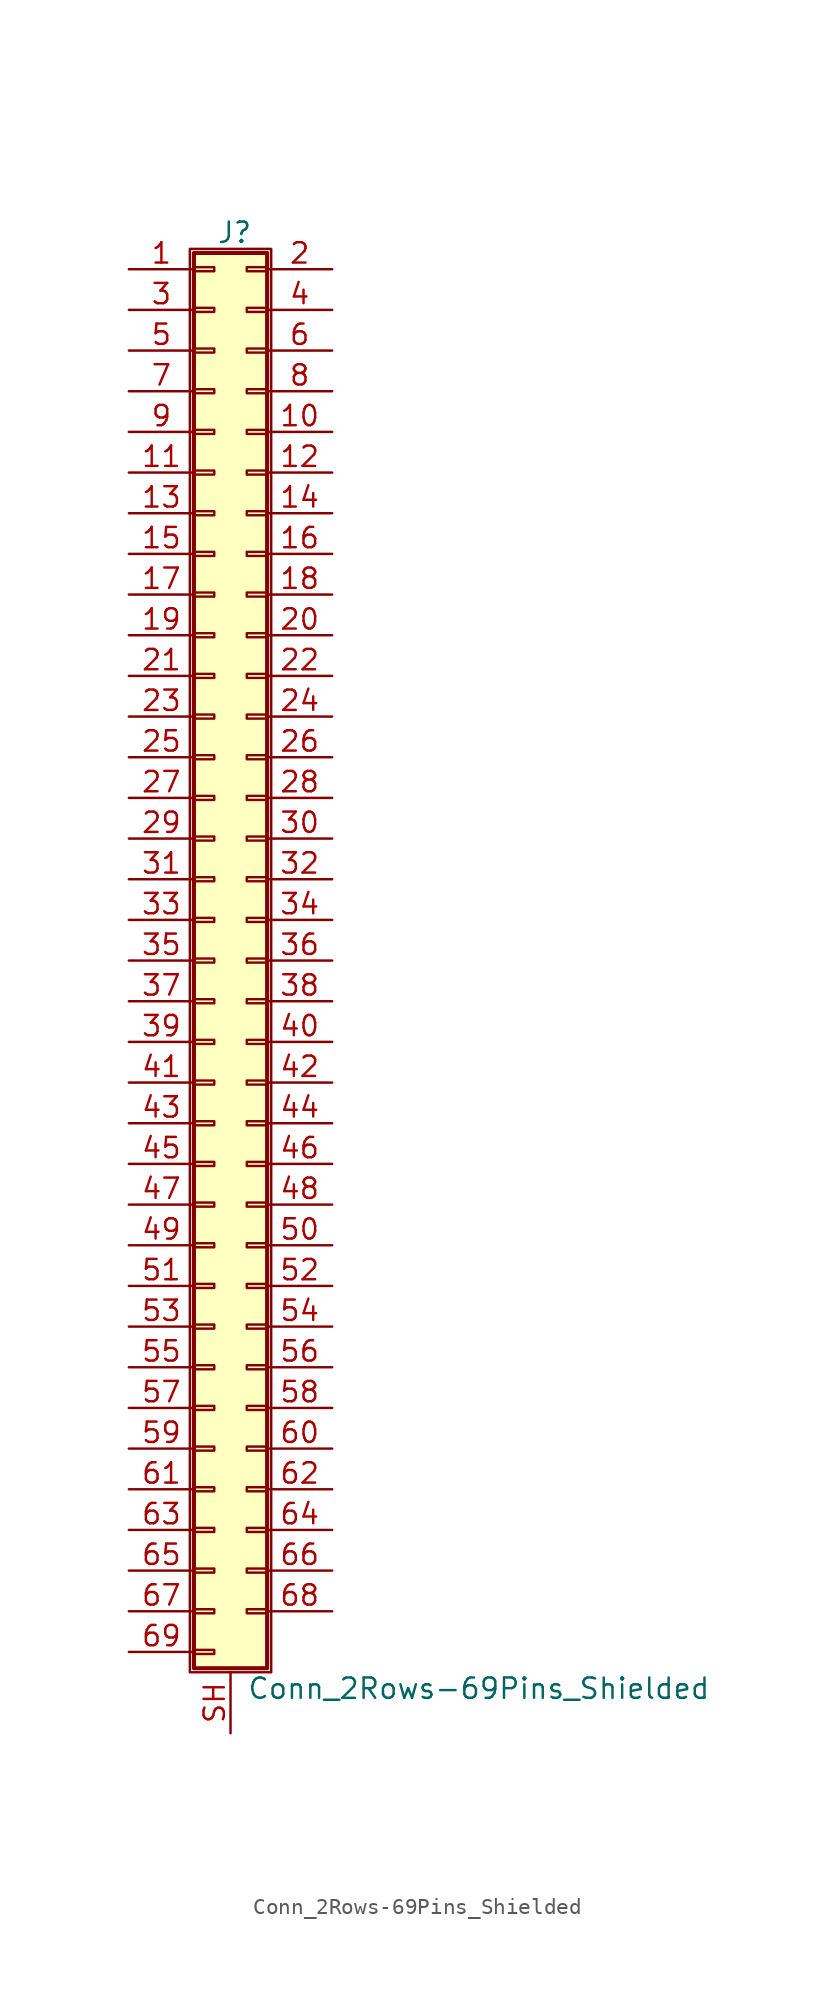
<source format=kicad_sym>
(kicad_symbol_lib
  (version 20201005)
  (generator kicad_symbol_editor)
  (symbol "Conn_2Rows-69Pins_Shielded"
    (pin_names
      (offset 1.016) hide)
    (property "Reference" "J"
      (at 1.524 45.466 0)
      (effects (font (size 1.27 1.27))))
    (property "Value" "Conn_2Rows-69Pins_Shielded"
      (at 2.286 -45.466 0)
      (effects (font (size 1.27 1.27)) (justify left)))
    (symbol "Conn_2Rows-69Pins_Shielded_1_1"
      (rectangle (start -1.27 44.45) (end 3.81 -44.45) (stroke (width 0.152)) (fill (type none)))
      (rectangle (start -1.016 -43.053) (end 0.254 -43.307) (stroke (width 0.152)) (fill (type none)))
      (rectangle (start -1.016 -40.513) (end 0.254 -40.767) (stroke (width 0.152)) (fill (type none)))
      (rectangle (start -1.016 -37.973) (end 0.254 -38.227) (stroke (width 0.152)) (fill (type none)))
      (rectangle (start -1.016 -35.433) (end 0.254 -35.687) (stroke (width 0.152)) (fill (type none)))
      (rectangle (start -1.016 -32.893) (end 0.254 -33.147) (stroke (width 0.152)) (fill (type none)))
      (rectangle (start -1.016 -30.353) (end 0.254 -30.607) (stroke (width 0.152)) (fill (type none)))
      (rectangle (start -1.016 -27.813) (end 0.254 -28.067) (stroke (width 0.152)) (fill (type none)))
      (rectangle (start -1.016 -25.273) (end 0.254 -25.527) (stroke (width 0.152)) (fill (type none)))
      (rectangle (start -1.016 -22.733) (end 0.254 -22.987) (stroke (width 0.152)) (fill (type none)))
      (rectangle (start -1.016 -20.193) (end 0.254 -20.447) (stroke (width 0.152)) (fill (type none)))
      (rectangle (start -1.016 -17.653) (end 0.254 -17.907) (stroke (width 0.152)) (fill (type none)))
      (rectangle (start -1.016 -15.113) (end 0.254 -15.367) (stroke (width 0.152)) (fill (type none)))
      (rectangle (start -1.016 -12.573) (end 0.254 -12.827) (stroke (width 0.152)) (fill (type none)))
      (rectangle (start -1.016 -10.033) (end 0.254 -10.287) (stroke (width 0.152)) (fill (type none)))
      (rectangle (start -1.016 -7.493) (end 0.254 -7.747) (stroke (width 0.152)) (fill (type none)))
      (rectangle (start -1.016 -4.953) (end 0.254 -5.207) (stroke (width 0.152)) (fill (type none)))
      (rectangle (start -1.016 -2.413) (end 0.254 -2.667) (stroke (width 0.152)) (fill (type none)))
      (rectangle (start -1.016 0.127) (end 0.254 -0.127) (stroke (width 0.152)) (fill (type none)))
      (rectangle (start -1.016 2.667) (end 0.254 2.413) (stroke (width 0.152)) (fill (type none)))
      (rectangle (start -1.016 5.207) (end 0.254 4.953) (stroke (width 0.152)) (fill (type none)))
      (rectangle (start -1.016 7.747) (end 0.254 7.493) (stroke (width 0.152)) (fill (type none)))
      (rectangle (start -1.016 10.287) (end 0.254 10.033) (stroke (width 0.152)) (fill (type none)))
      (rectangle (start -1.016 12.827) (end 0.254 12.573) (stroke (width 0.152)) (fill (type none)))
      (rectangle (start -1.016 15.367) (end 0.254 15.113) (stroke (width 0.152)) (fill (type none)))
      (rectangle (start -1.016 17.907) (end 0.254 17.653) (stroke (width 0.152)) (fill (type none)))
      (rectangle (start -1.016 20.447) (end 0.254 20.193) (stroke (width 0.152)) (fill (type none)))
      (rectangle (start -1.016 22.987) (end 0.254 22.733) (stroke (width 0.152)) (fill (type none)))
      (rectangle (start -1.016 25.527) (end 0.254 25.273) (stroke (width 0.152)) (fill (type none)))
      (rectangle (start -1.016 28.067) (end 0.254 27.813) (stroke (width 0.152)) (fill (type none)))
      (rectangle (start -1.016 30.607) (end 0.254 30.353) (stroke (width 0.152)) (fill (type none)))
      (rectangle (start -1.016 33.147) (end 0.254 32.893) (stroke (width 0.152)) (fill (type none)))
      (rectangle (start -1.016 35.687) (end 0.254 35.433) (stroke (width 0.152)) (fill (type none)))
      (rectangle (start -1.016 38.227) (end 0.254 37.973) (stroke (width 0.152)) (fill (type none)))
      (rectangle (start -1.016 40.767) (end 0.254 40.513) (stroke (width 0.152)) (fill (type none)))
      (rectangle (start -1.016 43.307) (end 0.254 43.053) (stroke (width 0.152)) (fill (type none)))
      (rectangle (start -1.016 44.196) (end 3.556 -44.196) (stroke (width 0.254)) (fill (type background)))
      (rectangle (start 3.556 -40.513) (end 2.286 -40.767) (stroke (width 0.152)) (fill (type none)))
      (rectangle (start 3.556 -37.973) (end 2.286 -38.227) (stroke (width 0.152)) (fill (type none)))
      (rectangle (start 3.556 -35.433) (end 2.286 -35.687) (stroke (width 0.152)) (fill (type none)))
      (rectangle (start 3.556 -32.893) (end 2.286 -33.147) (stroke (width 0.152)) (fill (type none)))
      (rectangle (start 3.556 -30.353) (end 2.286 -30.607) (stroke (width 0.152)) (fill (type none)))
      (rectangle (start 3.556 -27.813) (end 2.286 -28.067) (stroke (width 0.152)) (fill (type none)))
      (rectangle (start 3.556 -25.273) (end 2.286 -25.527) (stroke (width 0.152)) (fill (type none)))
      (rectangle (start 3.556 -22.733) (end 2.286 -22.987) (stroke (width 0.152)) (fill (type none)))
      (rectangle (start 3.556 -20.193) (end 2.286 -20.447) (stroke (width 0.152)) (fill (type none)))
      (rectangle (start 3.556 -17.653) (end 2.286 -17.907) (stroke (width 0.152)) (fill (type none)))
      (rectangle (start 3.556 -15.113) (end 2.286 -15.367) (stroke (width 0.152)) (fill (type none)))
      (rectangle (start 3.556 -12.573) (end 2.286 -12.827) (stroke (width 0.152)) (fill (type none)))
      (rectangle (start 3.556 -10.033) (end 2.286 -10.287) (stroke (width 0.152)) (fill (type none)))
      (rectangle (start 3.556 -7.493) (end 2.286 -7.747) (stroke (width 0.152)) (fill (type none)))
      (rectangle (start 3.556 -4.953) (end 2.286 -5.207) (stroke (width 0.152)) (fill (type none)))
      (rectangle (start 3.556 -2.413) (end 2.286 -2.667) (stroke (width 0.152)) (fill (type none)))
      (rectangle (start 3.556 0.127) (end 2.286 -0.127) (stroke (width 0.152)) (fill (type none)))
      (rectangle (start 3.556 2.667) (end 2.286 2.413) (stroke (width 0.152)) (fill (type none)))
      (rectangle (start 3.556 5.207) (end 2.286 4.953) (stroke (width 0.152)) (fill (type none)))
      (rectangle (start 3.556 7.747) (end 2.286 7.493) (stroke (width 0.152)) (fill (type none)))
      (rectangle (start 3.556 10.287) (end 2.286 10.033) (stroke (width 0.152)) (fill (type none)))
      (rectangle (start 3.556 12.827) (end 2.286 12.573) (stroke (width 0.152)) (fill (type none)))
      (rectangle (start 3.556 15.367) (end 2.286 15.113) (stroke (width 0.152)) (fill (type none)))
      (rectangle (start 3.556 17.907) (end 2.286 17.653) (stroke (width 0.152)) (fill (type none)))
      (rectangle (start 3.556 20.447) (end 2.286 20.193) (stroke (width 0.152)) (fill (type none)))
      (rectangle (start 3.556 22.987) (end 2.286 22.733) (stroke (width 0.152)) (fill (type none)))
      (rectangle (start 3.556 25.527) (end 2.286 25.273) (stroke (width 0.152)) (fill (type none)))
      (rectangle (start 3.556 28.067) (end 2.286 27.813) (stroke (width 0.152)) (fill (type none)))
      (rectangle (start 3.556 30.607) (end 2.286 30.353) (stroke (width 0.152)) (fill (type none)))
      (rectangle (start 3.556 33.147) (end 2.286 32.893) (stroke (width 0.152)) (fill (type none)))
      (rectangle (start 3.556 35.687) (end 2.286 35.433) (stroke (width 0.152)) (fill (type none)))
      (rectangle (start 3.556 38.227) (end 2.286 37.973) (stroke (width 0.152)) (fill (type none)))
      (rectangle (start 3.556 40.767) (end 2.286 40.513) (stroke (width 0.152)) (fill (type none)))
      (rectangle (start 3.556 43.307) (end 2.286 43.053) (stroke (width 0.152)) (fill (type none)))
      (pin passive line (at -5.08 43.18 0) (length 4.064) (name "Pin_1" (effects (font (size 1.27 1.27)))) (number "1" (effects (font (size 1.27 1.27)))))
      (pin passive line (at 7.62 33.02 180) (length 4.064) (name "Pin_10" (effects (font (size 1.27 1.27)))) (number "10" (effects (font (size 1.27 1.27)))))
      (pin passive line (at -5.08 30.48 0) (length 4.064) (name "Pin_11" (effects (font (size 1.27 1.27)))) (number "11" (effects (font (size 1.27 1.27)))))
      (pin passive line (at 7.62 30.48 180) (length 4.064) (name "Pin_12" (effects (font (size 1.27 1.27)))) (number "12" (effects (font (size 1.27 1.27)))))
      (pin passive line (at -5.08 27.94 0) (length 4.064) (name "Pin_13" (effects (font (size 1.27 1.27)))) (number "13" (effects (font (size 1.27 1.27)))))
      (pin passive line (at 7.62 27.94 180) (length 4.064) (name "Pin_14" (effects (font (size 1.27 1.27)))) (number "14" (effects (font (size 1.27 1.27)))))
      (pin passive line (at -5.08 25.4 0) (length 4.064) (name "Pin_15" (effects (font (size 1.27 1.27)))) (number "15" (effects (font (size 1.27 1.27)))))
      (pin passive line (at 7.62 25.4 180) (length 4.064) (name "Pin_16" (effects (font (size 1.27 1.27)))) (number "16" (effects (font (size 1.27 1.27)))))
      (pin passive line (at -5.08 22.86 0) (length 4.064) (name "Pin_17" (effects (font (size 1.27 1.27)))) (number "17" (effects (font (size 1.27 1.27)))))
      (pin passive line (at 7.62 22.86 180) (length 4.064) (name "Pin_18" (effects (font (size 1.27 1.27)))) (number "18" (effects (font (size 1.27 1.27)))))
      (pin passive line (at -5.08 20.32 0) (length 4.064) (name "Pin_19" (effects (font (size 1.27 1.27)))) (number "19" (effects (font (size 1.27 1.27)))))
      (pin passive line (at 7.62 43.18 180) (length 4.064) (name "Pin_2" (effects (font (size 1.27 1.27)))) (number "2" (effects (font (size 1.27 1.27)))))
      (pin passive line (at 7.62 20.32 180) (length 4.064) (name "Pin_20" (effects (font (size 1.27 1.27)))) (number "20" (effects (font (size 1.27 1.27)))))
      (pin passive line (at -5.08 17.78 0) (length 4.064) (name "Pin_21" (effects (font (size 1.27 1.27)))) (number "21" (effects (font (size 1.27 1.27)))))
      (pin passive line (at 7.62 17.78 180) (length 4.064) (name "Pin_22" (effects (font (size 1.27 1.27)))) (number "22" (effects (font (size 1.27 1.27)))))
      (pin passive line (at -5.08 15.24 0) (length 4.064) (name "Pin_23" (effects (font (size 1.27 1.27)))) (number "23" (effects (font (size 1.27 1.27)))))
      (pin passive line (at 7.62 15.24 180) (length 4.064) (name "Pin_24" (effects (font (size 1.27 1.27)))) (number "24" (effects (font (size 1.27 1.27)))))
      (pin passive line (at -5.08 12.7 0) (length 4.064) (name "Pin_25" (effects (font (size 1.27 1.27)))) (number "25" (effects (font (size 1.27 1.27)))))
      (pin passive line (at 7.62 12.7 180) (length 4.064) (name "Pin_26" (effects (font (size 1.27 1.27)))) (number "26" (effects (font (size 1.27 1.27)))))
      (pin passive line (at -5.08 10.16 0) (length 4.064) (name "Pin_27" (effects (font (size 1.27 1.27)))) (number "27" (effects (font (size 1.27 1.27)))))
      (pin passive line (at 7.62 10.16 180) (length 4.064) (name "Pin_28" (effects (font (size 1.27 1.27)))) (number "28" (effects (font (size 1.27 1.27)))))
      (pin passive line (at -5.08 7.62 0) (length 4.064) (name "Pin_29" (effects (font (size 1.27 1.27)))) (number "29" (effects (font (size 1.27 1.27)))))
      (pin passive line (at -5.08 40.64 0) (length 4.064) (name "Pin_3" (effects (font (size 1.27 1.27)))) (number "3" (effects (font (size 1.27 1.27)))))
      (pin passive line (at 7.62 7.62 180) (length 4.064) (name "Pin_30" (effects (font (size 1.27 1.27)))) (number "30" (effects (font (size 1.27 1.27)))))
      (pin passive line (at -5.08 5.08 0) (length 4.064) (name "Pin_31" (effects (font (size 1.27 1.27)))) (number "31" (effects (font (size 1.27 1.27)))))
      (pin passive line (at 7.62 5.08 180) (length 4.064) (name "Pin_32" (effects (font (size 1.27 1.27)))) (number "32" (effects (font (size 1.27 1.27)))))
      (pin passive line (at -5.08 2.54 0) (length 4.064) (name "Pin_33" (effects (font (size 1.27 1.27)))) (number "33" (effects (font (size 1.27 1.27)))))
      (pin passive line (at 7.62 2.54 180) (length 4.064) (name "Pin_34" (effects (font (size 1.27 1.27)))) (number "34" (effects (font (size 1.27 1.27)))))
      (pin passive line (at -5.08 0 0) (length 4.064) (name "Pin_35" (effects (font (size 1.27 1.27)))) (number "35" (effects (font (size 1.27 1.27)))))
      (pin passive line (at 7.62 0 180) (length 4.064) (name "Pin_36" (effects (font (size 1.27 1.27)))) (number "36" (effects (font (size 1.27 1.27)))))
      (pin passive line (at -5.08 -2.54 0) (length 4.064) (name "Pin_37" (effects (font (size 1.27 1.27)))) (number "37" (effects (font (size 1.27 1.27)))))
      (pin passive line (at 7.62 -2.54 180) (length 4.064) (name "Pin_38" (effects (font (size 1.27 1.27)))) (number "38" (effects (font (size 1.27 1.27)))))
      (pin passive line (at -5.08 -5.08 0) (length 4.064) (name "Pin_39" (effects (font (size 1.27 1.27)))) (number "39" (effects (font (size 1.27 1.27)))))
      (pin passive line (at 7.62 40.64 180) (length 4.064) (name "Pin_4" (effects (font (size 1.27 1.27)))) (number "4" (effects (font (size 1.27 1.27)))))
      (pin passive line (at 7.62 -5.08 180) (length 4.064) (name "Pin_40" (effects (font (size 1.27 1.27)))) (number "40" (effects (font (size 1.27 1.27)))))
      (pin passive line (at -5.08 -7.62 0) (length 4.064) (name "Pin_41" (effects (font (size 1.27 1.27)))) (number "41" (effects (font (size 1.27 1.27)))))
      (pin passive line (at 7.62 -7.62 180) (length 4.064) (name "Pin_42" (effects (font (size 1.27 1.27)))) (number "42" (effects (font (size 1.27 1.27)))))
      (pin passive line (at -5.08 -10.16 0) (length 4.064) (name "Pin_43" (effects (font (size 1.27 1.27)))) (number "43" (effects (font (size 1.27 1.27)))))
      (pin passive line (at 7.62 -10.16 180) (length 4.064) (name "Pin_44" (effects (font (size 1.27 1.27)))) (number "44" (effects (font (size 1.27 1.27)))))
      (pin passive line (at -5.08 -12.7 0) (length 4.064) (name "Pin_45" (effects (font (size 1.27 1.27)))) (number "45" (effects (font (size 1.27 1.27)))))
      (pin passive line (at 7.62 -12.7 180) (length 4.064) (name "Pin_46" (effects (font (size 1.27 1.27)))) (number "46" (effects (font (size 1.27 1.27)))))
      (pin passive line (at -5.08 -15.24 0) (length 4.064) (name "Pin_47" (effects (font (size 1.27 1.27)))) (number "47" (effects (font (size 1.27 1.27)))))
      (pin passive line (at 7.62 -15.24 180) (length 4.064) (name "Pin_48" (effects (font (size 1.27 1.27)))) (number "48" (effects (font (size 1.27 1.27)))))
      (pin passive line (at -5.08 -17.78 0) (length 4.064) (name "Pin_49" (effects (font (size 1.27 1.27)))) (number "49" (effects (font (size 1.27 1.27)))))
      (pin passive line (at -5.08 38.1 0) (length 4.064) (name "Pin_5" (effects (font (size 1.27 1.27)))) (number "5" (effects (font (size 1.27 1.27)))))
      (pin passive line (at 7.62 -17.78 180) (length 4.064) (name "Pin_50" (effects (font (size 1.27 1.27)))) (number "50" (effects (font (size 1.27 1.27)))))
      (pin passive line (at -5.08 -20.32 0) (length 4.064) (name "Pin_51" (effects (font (size 1.27 1.27)))) (number "51" (effects (font (size 1.27 1.27)))))
      (pin passive line (at 7.62 -20.32 180) (length 4.064) (name "Pin_52" (effects (font (size 1.27 1.27)))) (number "52" (effects (font (size 1.27 1.27)))))
      (pin passive line (at -5.08 -22.86 0) (length 4.064) (name "Pin_53" (effects (font (size 1.27 1.27)))) (number "53" (effects (font (size 1.27 1.27)))))
      (pin passive line (at 7.62 -22.86 180) (length 4.064) (name "Pin_54" (effects (font (size 1.27 1.27)))) (number "54" (effects (font (size 1.27 1.27)))))
      (pin passive line (at -5.08 -25.4 0) (length 4.064) (name "Pin_55" (effects (font (size 1.27 1.27)))) (number "55" (effects (font (size 1.27 1.27)))))
      (pin passive line (at 7.62 -25.4 180) (length 4.064) (name "Pin_56" (effects (font (size 1.27 1.27)))) (number "56" (effects (font (size 1.27 1.27)))))
      (pin passive line (at -5.08 -27.94 0) (length 4.064) (name "Pin_57" (effects (font (size 1.27 1.27)))) (number "57" (effects (font (size 1.27 1.27)))))
      (pin passive line (at 7.62 -27.94 180) (length 4.064) (name "Pin_58" (effects (font (size 1.27 1.27)))) (number "58" (effects (font (size 1.27 1.27)))))
      (pin passive line (at -5.08 -30.48 0) (length 4.064) (name "Pin_59" (effects (font (size 1.27 1.27)))) (number "59" (effects (font (size 1.27 1.27)))))
      (pin passive line (at 7.62 38.1 180) (length 4.064) (name "Pin_6" (effects (font (size 1.27 1.27)))) (number "6" (effects (font (size 1.27 1.27)))))
      (pin passive line (at 7.62 -30.48 180) (length 4.064) (name "Pin_60" (effects (font (size 1.27 1.27)))) (number "60" (effects (font (size 1.27 1.27)))))
      (pin passive line (at -5.08 -33.02 0) (length 4.064) (name "Pin_61" (effects (font (size 1.27 1.27)))) (number "61" (effects (font (size 1.27 1.27)))))
      (pin passive line (at 7.62 -33.02 180) (length 4.064) (name "Pin_62" (effects (font (size 1.27 1.27)))) (number "62" (effects (font (size 1.27 1.27)))))
      (pin passive line (at -5.08 -35.56 0) (length 4.064) (name "Pin_63" (effects (font (size 1.27 1.27)))) (number "63" (effects (font (size 1.27 1.27)))))
      (pin passive line (at 7.62 -35.56 180) (length 4.064) (name "Pin_64" (effects (font (size 1.27 1.27)))) (number "64" (effects (font (size 1.27 1.27)))))
      (pin passive line (at -5.08 -38.1 0) (length 4.064) (name "Pin_65" (effects (font (size 1.27 1.27)))) (number "65" (effects (font (size 1.27 1.27)))))
      (pin passive line (at 7.62 -38.1 180) (length 4.064) (name "Pin_66" (effects (font (size 1.27 1.27)))) (number "66" (effects (font (size 1.27 1.27)))))
      (pin passive line (at -5.08 -40.64 0) (length 4.064) (name "Pin_67" (effects (font (size 1.27 1.27)))) (number "67" (effects (font (size 1.27 1.27)))))
      (pin passive line (at 7.62 -40.64 180) (length 4.064) (name "Pin_68" (effects (font (size 1.27 1.27)))) (number "68" (effects (font (size 1.27 1.27)))))
      (pin passive line (at -5.08 -43.18 0) (length 4.064) (name "Pin_69" (effects (font (size 1.27 1.27)))) (number "69" (effects (font (size 1.27 1.27)))))
      (pin passive line (at -5.08 35.56 0) (length 4.064) (name "Pin_7" (effects (font (size 1.27 1.27)))) (number "7" (effects (font (size 1.27 1.27)))))
      (pin passive line (at 7.62 35.56 180) (length 4.064) (name "Pin_8" (effects (font (size 1.27 1.27)))) (number "8" (effects (font (size 1.27 1.27)))))
      (pin passive line (at -5.08 33.02 0) (length 4.064) (name "Pin_9" (effects (font (size 1.27 1.27)))) (number "9" (effects (font (size 1.27 1.27)))))
      (pin passive line (at 1.27 -48.26 90) (length 3.81) (name "Shield" (effects (font (size 1.27 1.27)))) (number "SH" (effects (font (size 1.27 1.27))))))))
</source>
